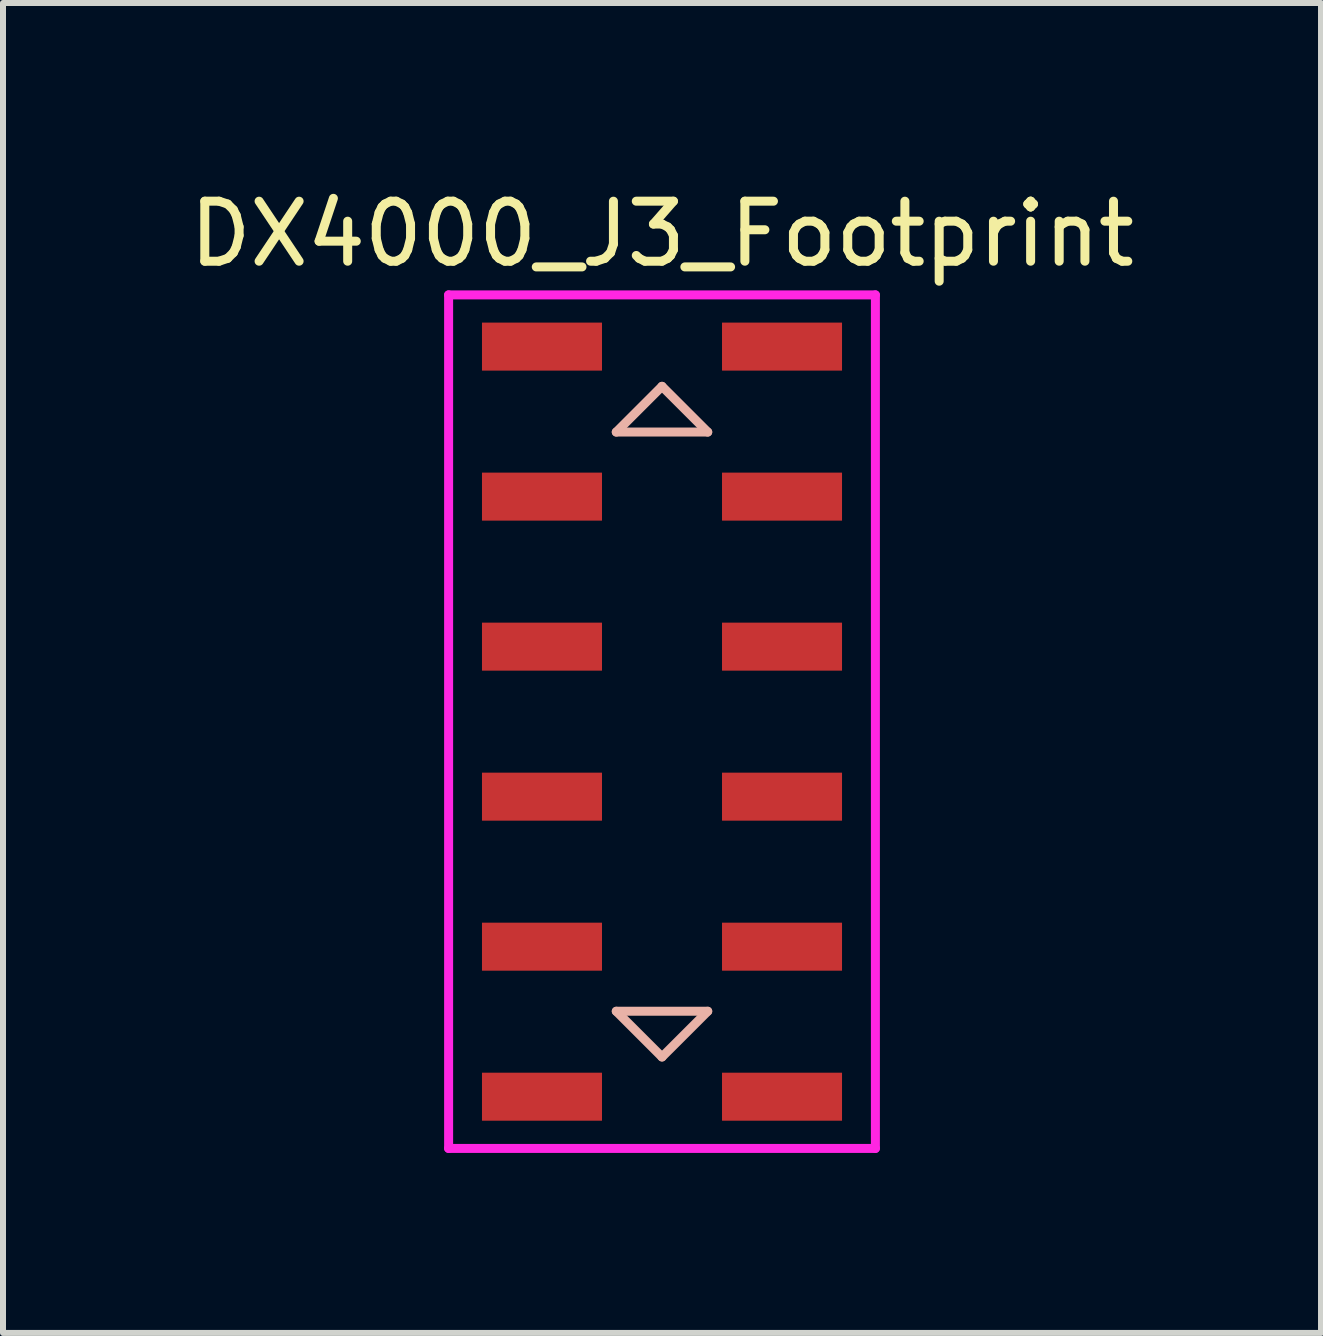
<source format=kicad_pcb>
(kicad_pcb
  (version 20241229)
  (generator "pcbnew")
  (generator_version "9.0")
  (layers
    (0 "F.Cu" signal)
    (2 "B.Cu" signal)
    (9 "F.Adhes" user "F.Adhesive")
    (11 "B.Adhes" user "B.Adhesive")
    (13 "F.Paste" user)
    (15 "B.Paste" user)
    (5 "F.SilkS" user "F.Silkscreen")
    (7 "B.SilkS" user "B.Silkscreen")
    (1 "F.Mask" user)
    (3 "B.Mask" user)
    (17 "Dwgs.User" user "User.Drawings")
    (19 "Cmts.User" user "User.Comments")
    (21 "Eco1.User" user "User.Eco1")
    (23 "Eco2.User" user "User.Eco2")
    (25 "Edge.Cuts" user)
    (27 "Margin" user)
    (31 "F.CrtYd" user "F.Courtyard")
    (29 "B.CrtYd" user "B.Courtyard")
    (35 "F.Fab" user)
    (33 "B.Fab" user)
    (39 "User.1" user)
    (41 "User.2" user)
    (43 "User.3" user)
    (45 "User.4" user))
  (footprint "DX4000_J3_Footprint"
    (layer "F.Cu")
    (at 7.982 8.976)
    (property "Reference" "DX4000_J3_Footprint" (at 0 -8.128 0) (layer "F.SilkS") (effects (font (size 1 1) (thickness 0.15))))
    (attr through_hole)
    (fp_line (start -0.762 -4.826) (end 0.762 -4.826) (stroke (width 0.15) (type solid)) (layer "B.SilkS"))
    (fp_line (start -0.762 4.826) (end 0 5.588) (stroke (width 0.15) (type solid)) (layer "B.SilkS"))
    (fp_line (start 0 -5.588) (end -0.762 -4.826) (stroke (width 0.15) (type solid)) (layer "B.SilkS"))
    (fp_line (start 0 5.588) (end 0.762 4.826) (stroke (width 0.15) (type solid)) (layer "B.SilkS"))
    (fp_line (start 0.762 -4.826) (end 0 -5.588) (stroke (width 0.15) (type solid)) (layer "B.SilkS"))
    (fp_line (start 0.762 4.826) (end -0.762 4.826) (stroke (width 0.15) (type solid)) (layer "B.SilkS"))
    (fp_line (start -3.556 -7.112) (end -3.556 7.112) (stroke (width 0.15) (type solid)) (layer "F.CrtYd"))
    (fp_line (start -3.556 7.112) (end 3.556 7.112) (stroke (width 0.15) (type solid)) (layer "F.CrtYd"))
    (fp_line (start 3.556 -7.112) (end -3.556 -7.112) (stroke (width 0.15) (type solid)) (layer "F.CrtYd"))
    (fp_line (start 3.556 7.112) (end 3.556 -7.112) (stroke (width 0.15) (type solid)) (layer "F.CrtYd"))
    (pad "1" smd rect (at 2 -6.25) (size 2 0.8) (layers "F.Cu" "F.Mask" "F.Paste"))
    (pad "2" smd rect (at -2 -6.25) (size 2 0.8) (layers "F.Cu" "F.Mask" "F.Paste"))
    (pad "3" smd rect (at 2 -3.75) (size 2 0.8) (layers "F.Cu" "F.Mask" "F.Paste"))
    (pad "4" smd rect (at -2 -3.75) (size 2 0.8) (layers "F.Cu" "F.Mask" "F.Paste"))
    (pad "5" smd rect (at 2 -1.25) (size 2 0.8) (layers "F.Cu" "F.Mask" "F.Paste"))
    (pad "6" smd rect (at -2 -1.25) (size 2 0.8) (layers "F.Cu" "F.Mask" "F.Paste"))
    (pad "7" smd rect (at 2 1.25) (size 2 0.8) (layers "F.Cu" "F.Mask" "F.Paste"))
    (pad "8" smd rect (at -2 1.25) (size 2 0.8) (layers "F.Cu" "F.Mask" "F.Paste"))
    (pad "9" smd rect (at 2 3.75) (size 2 0.8) (layers "F.Cu" "F.Mask" "F.Paste"))
    (pad "10" smd rect (at -2 3.75) (size 2 0.8) (layers "F.Cu" "F.Mask" "F.Paste"))
    (pad "11" smd rect (at 2 6.25) (size 2 0.8) (layers "F.Cu" "F.Mask" "F.Paste"))
    (pad "12" smd rect (at -2 6.25) (size 2 0.8) (layers "F.Cu" "F.Mask" "F.Paste")))
  (gr_rect
    (start -3 -3)
    (end 18.964 19.163)
    (stroke (width 0.1) (type default))
    (fill no)
    (layer "Edge.Cuts")))
</source>
